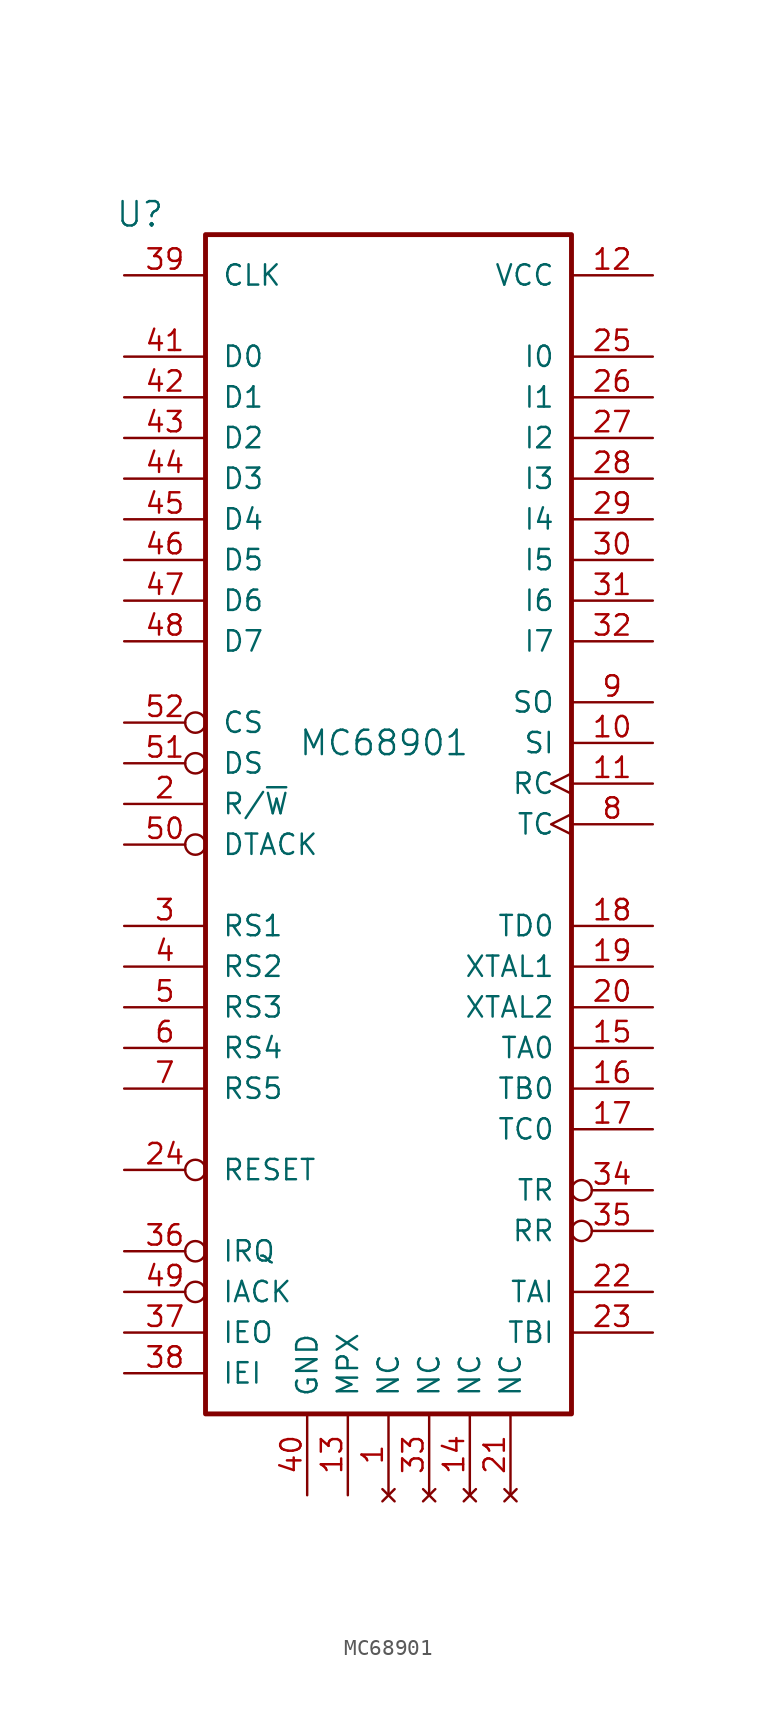
<source format=kicad_sym>
(kicad_symbol_lib
  (version 20220914)
  (generator kicad_symbol_editor)
  (symbol "MC68901"
    (pin_names
      (offset 1.016))
    (property "Reference" "U"
      (at -13.97 36.83 0)
      (effects (font (size 1.524 1.524)) (justify right)))
    (property "Value" "MC68901"
      (at 5.08 3.81 0)
      (effects (font (size 1.524 1.524)) (justify right)))
    (property "ki_locked" ""
      (at 0 0 0)
      (effects (font (size 1.27 1.27))))
    (symbol "MC68901_1_1"
      (rectangle (start -11.43 35.56) (end 11.43 -38.1) (stroke (width 0.305) (type solid)) (fill (type none)))
      (pin no_connect line (at 0 -43.18 90) (length 5.08) (name "NC" (effects (font (size 1.27 1.27)))) (number "1" (effects (font (size 1.27 1.27)))))
      (pin input line (at 16.51 3.81 180) (length 5.08) (name "SI" (effects (font (size 1.27 1.27)))) (number "10" (effects (font (size 1.27 1.27)))))
      (pin input clock (at 16.51 1.27 180) (length 5.08) (name "RC" (effects (font (size 1.27 1.27)))) (number "11" (effects (font (size 1.27 1.27)))))
      (pin power_in line (at 16.51 33.02 180) (length 5.08) (name "VCC" (effects (font (size 1.27 1.27)))) (number "12" (effects (font (size 1.27 1.27)))))
      (pin input line (at -2.54 -43.18 90) (length 5.08) (name "MPX" (effects (font (size 1.27 1.27)))) (number "13" (effects (font (size 1.27 1.27)))))
      (pin no_connect line (at 5.08 -43.18 90) (length 5.08) (name "NC" (effects (font (size 1.27 1.27)))) (number "14" (effects (font (size 1.27 1.27)))))
      (pin output line (at 16.51 -15.24 180) (length 5.08) (name "TA0" (effects (font (size 1.27 1.27)))) (number "15" (effects (font (size 1.27 1.27)))))
      (pin output line (at 16.51 -17.78 180) (length 5.08) (name "TB0" (effects (font (size 1.27 1.27)))) (number "16" (effects (font (size 1.27 1.27)))))
      (pin output line (at 16.51 -20.32 180) (length 5.08) (name "TC0" (effects (font (size 1.27 1.27)))) (number "17" (effects (font (size 1.27 1.27)))))
      (pin output line (at 16.51 -7.62 180) (length 5.08) (name "TD0" (effects (font (size 1.27 1.27)))) (number "18" (effects (font (size 1.27 1.27)))))
      (pin input line (at 16.51 -10.16 180) (length 5.08) (name "XTAL1" (effects (font (size 1.27 1.27)))) (number "19" (effects (font (size 1.27 1.27)))))
      (pin input line (at -16.51 0 0) (length 5.08) (name "R/~{W}" (effects (font (size 1.27 1.27)))) (number "2" (effects (font (size 1.27 1.27)))))
      (pin input line (at 16.51 -12.7 180) (length 5.08) (name "XTAL2" (effects (font (size 1.27 1.27)))) (number "20" (effects (font (size 1.27 1.27)))))
      (pin no_connect line (at 7.62 -43.18 90) (length 5.08) (name "NC" (effects (font (size 1.27 1.27)))) (number "21" (effects (font (size 1.27 1.27)))))
      (pin input line (at 16.51 -30.48 180) (length 5.08) (name "TAI" (effects (font (size 1.27 1.27)))) (number "22" (effects (font (size 1.27 1.27)))))
      (pin input line (at 16.51 -33.02 180) (length 5.08) (name "TBI" (effects (font (size 1.27 1.27)))) (number "23" (effects (font (size 1.27 1.27)))))
      (pin input inverted (at -16.51 -22.86 0) (length 5.08) (name "RESET" (effects (font (size 1.27 1.27)))) (number "24" (effects (font (size 1.27 1.27)))))
      (pin tri_state line (at 16.51 27.94 180) (length 5.08) (name "I0" (effects (font (size 1.27 1.27)))) (number "25" (effects (font (size 1.27 1.27)))))
      (pin tri_state line (at 16.51 25.4 180) (length 5.08) (name "I1" (effects (font (size 1.27 1.27)))) (number "26" (effects (font (size 1.27 1.27)))))
      (pin tri_state line (at 16.51 22.86 180) (length 5.08) (name "I2" (effects (font (size 1.27 1.27)))) (number "27" (effects (font (size 1.27 1.27)))))
      (pin tri_state line (at 16.51 20.32 180) (length 5.08) (name "I3" (effects (font (size 1.27 1.27)))) (number "28" (effects (font (size 1.27 1.27)))))
      (pin tri_state line (at 16.51 17.78 180) (length 5.08) (name "I4" (effects (font (size 1.27 1.27)))) (number "29" (effects (font (size 1.27 1.27)))))
      (pin input line (at -16.51 -7.62 0) (length 5.08) (name "RS1" (effects (font (size 1.27 1.27)))) (number "3" (effects (font (size 1.27 1.27)))))
      (pin tri_state line (at 16.51 15.24 180) (length 5.08) (name "I5" (effects (font (size 1.27 1.27)))) (number "30" (effects (font (size 1.27 1.27)))))
      (pin tri_state line (at 16.51 12.7 180) (length 5.08) (name "I6" (effects (font (size 1.27 1.27)))) (number "31" (effects (font (size 1.27 1.27)))))
      (pin tri_state line (at 16.51 10.16 180) (length 5.08) (name "I7" (effects (font (size 1.27 1.27)))) (number "32" (effects (font (size 1.27 1.27)))))
      (pin no_connect line (at 2.54 -43.18 90) (length 5.08) (name "NC" (effects (font (size 1.27 1.27)))) (number "33" (effects (font (size 1.27 1.27)))))
      (pin output inverted (at 16.51 -24.13 180) (length 5.08) (name "TR" (effects (font (size 1.27 1.27)))) (number "34" (effects (font (size 1.27 1.27)))))
      (pin output inverted (at 16.51 -26.67 180) (length 5.08) (name "RR" (effects (font (size 1.27 1.27)))) (number "35" (effects (font (size 1.27 1.27)))))
      (pin open_collector inverted (at -16.51 -27.94 0) (length 5.08) (name "IRQ" (effects (font (size 1.27 1.27)))) (number "36" (effects (font (size 1.27 1.27)))))
      (pin output line (at -16.51 -33.02 0) (length 5.08) (name "IEO" (effects (font (size 1.27 1.27)))) (number "37" (effects (font (size 1.27 1.27)))))
      (pin input line (at -16.51 -35.56 0) (length 5.08) (name "IEI" (effects (font (size 1.27 1.27)))) (number "38" (effects (font (size 1.27 1.27)))))
      (pin input line (at -16.51 33.02 0) (length 5.08) (name "CLK" (effects (font (size 1.27 1.27)))) (number "39" (effects (font (size 1.27 1.27)))))
      (pin input line (at -16.51 -10.16 0) (length 5.08) (name "RS2" (effects (font (size 1.27 1.27)))) (number "4" (effects (font (size 1.27 1.27)))))
      (pin power_in line (at -5.08 -43.18 90) (length 5.08) (name "GND" (effects (font (size 1.27 1.27)))) (number "40" (effects (font (size 1.27 1.27)))))
      (pin tri_state line (at -16.51 27.94 0) (length 5.08) (name "D0" (effects (font (size 1.27 1.27)))) (number "41" (effects (font (size 1.27 1.27)))))
      (pin tri_state line (at -16.51 25.4 0) (length 5.08) (name "D1" (effects (font (size 1.27 1.27)))) (number "42" (effects (font (size 1.27 1.27)))))
      (pin tri_state line (at -16.51 22.86 0) (length 5.08) (name "D2" (effects (font (size 1.27 1.27)))) (number "43" (effects (font (size 1.27 1.27)))))
      (pin tri_state line (at -16.51 20.32 0) (length 5.08) (name "D3" (effects (font (size 1.27 1.27)))) (number "44" (effects (font (size 1.27 1.27)))))
      (pin tri_state line (at -16.51 17.78 0) (length 5.08) (name "D4" (effects (font (size 1.27 1.27)))) (number "45" (effects (font (size 1.27 1.27)))))
      (pin tri_state line (at -16.51 15.24 0) (length 5.08) (name "D5" (effects (font (size 1.27 1.27)))) (number "46" (effects (font (size 1.27 1.27)))))
      (pin tri_state line (at -16.51 12.7 0) (length 5.08) (name "D6" (effects (font (size 1.27 1.27)))) (number "47" (effects (font (size 1.27 1.27)))))
      (pin tri_state line (at -16.51 10.16 0) (length 5.08) (name "D7" (effects (font (size 1.27 1.27)))) (number "48" (effects (font (size 1.27 1.27)))))
      (pin input inverted (at -16.51 -30.48 0) (length 5.08) (name "IACK" (effects (font (size 1.27 1.27)))) (number "49" (effects (font (size 1.27 1.27)))))
      (pin input line (at -16.51 -12.7 0) (length 5.08) (name "RS3" (effects (font (size 1.27 1.27)))) (number "5" (effects (font (size 1.27 1.27)))))
      (pin tri_state inverted (at -16.51 -2.54 0) (length 5.08) (name "DTACK" (effects (font (size 1.27 1.27)))) (number "50" (effects (font (size 1.27 1.27)))))
      (pin input inverted (at -16.51 2.54 0) (length 5.08) (name "DS" (effects (font (size 1.27 1.27)))) (number "51" (effects (font (size 1.27 1.27)))))
      (pin input inverted (at -16.51 5.08 0) (length 5.08) (name "CS" (effects (font (size 1.27 1.27)))) (number "52" (effects (font (size 1.27 1.27)))))
      (pin input line (at -16.51 -15.24 0) (length 5.08) (name "RS4" (effects (font (size 1.27 1.27)))) (number "6" (effects (font (size 1.27 1.27)))))
      (pin input line (at -16.51 -17.78 0) (length 5.08) (name "RS5" (effects (font (size 1.27 1.27)))) (number "7" (effects (font (size 1.27 1.27)))))
      (pin input clock (at 16.51 -1.27 180) (length 5.08) (name "TC" (effects (font (size 1.27 1.27)))) (number "8" (effects (font (size 1.27 1.27)))))
      (pin output line (at 16.51 6.35 180) (length 5.08) (name "SO" (effects (font (size 1.27 1.27)))) (number "9" (effects (font (size 1.27 1.27))))))))
</source>
